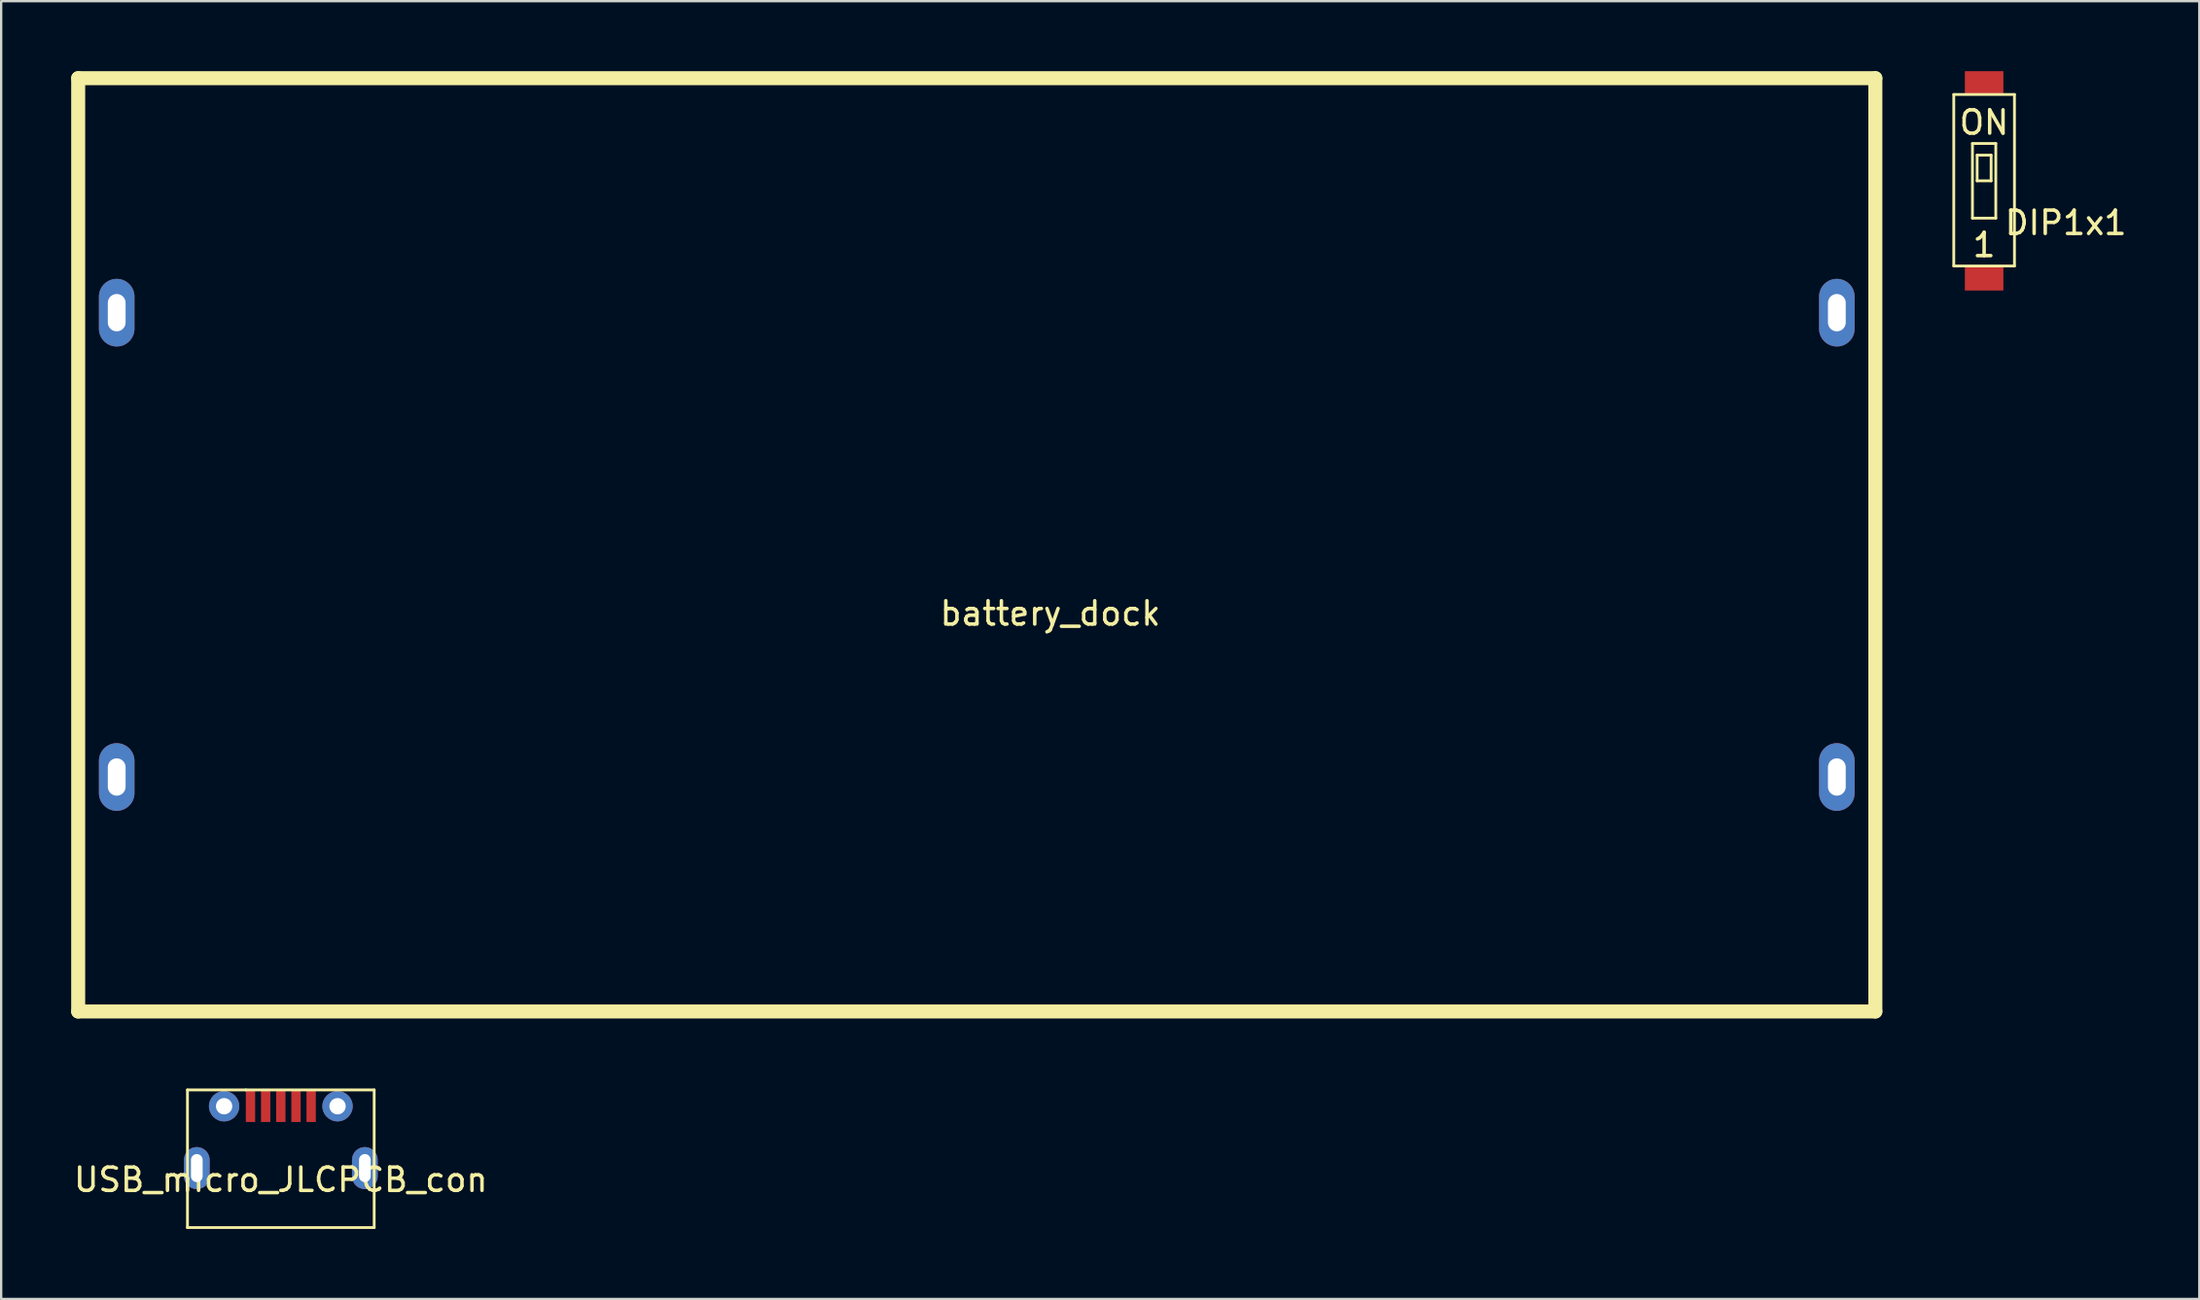
<source format=kicad_pcb>
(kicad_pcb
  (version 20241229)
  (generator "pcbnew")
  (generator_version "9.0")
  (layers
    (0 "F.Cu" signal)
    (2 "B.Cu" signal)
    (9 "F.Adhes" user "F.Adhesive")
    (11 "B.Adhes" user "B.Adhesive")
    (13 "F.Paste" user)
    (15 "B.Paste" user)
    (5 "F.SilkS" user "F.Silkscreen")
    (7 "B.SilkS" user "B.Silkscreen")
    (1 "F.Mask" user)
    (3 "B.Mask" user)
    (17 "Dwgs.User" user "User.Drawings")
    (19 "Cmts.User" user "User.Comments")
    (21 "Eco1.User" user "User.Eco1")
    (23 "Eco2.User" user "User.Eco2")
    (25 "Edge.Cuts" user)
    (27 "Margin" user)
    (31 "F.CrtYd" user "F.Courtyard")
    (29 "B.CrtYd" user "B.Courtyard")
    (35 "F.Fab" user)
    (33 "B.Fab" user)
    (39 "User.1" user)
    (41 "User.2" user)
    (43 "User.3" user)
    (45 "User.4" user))
  (footprint "battery_dock"
    (layer "F.Cu")
    (at 38.8 20.3)
    (property "Reference" "battery_dock" (at 3.15 2.94 0) (layer "F.SilkS") (effects (font (size 1 1) (thickness 0.15))))
    (attr through_hole)
    (fp_line (start -38.5 -20) (end -38.5 20) (stroke (width 0.6) (type solid)) (layer "F.SilkS"))
    (fp_line (start -38.5 -20) (end 38.5 -20) (stroke (width 0.6) (type solid)) (layer "F.SilkS"))
    (fp_line (start 38.5 -20) (end 38.5 20) (stroke (width 0.6) (type solid)) (layer "F.SilkS"))
    (fp_line (start 38.5 20) (end -38.5 20) (stroke (width 0.6) (type solid)) (layer "F.SilkS"))
    (pad "1" thru_hole oval (at 36.85 -9.95) (size 1.524 2.9) (drill oval 0.762 1.6) (layers "*.Cu" "*.Mask"))
    (pad "2" thru_hole oval (at -36.85 -9.95) (size 1.524 2.9) (drill oval 0.762 1.6) (layers "*.Cu" "*.Mask"))
    (pad "3" thru_hole oval (at -36.85 9.95) (size 1.524 2.9) (drill oval 0.762 1.6) (layers "*.Cu" "*.Mask"))
    (pad "4" thru_hole oval (at 36.85 9.95) (size 1.524 2.9) (drill oval 0.762 1.6) (layers "*.Cu" "*.Mask")))
  (footprint "DIP1x1"
    (layer "F.Cu")
    (at 81.96 4.7)
    (property "Reference" "DIP1x1" (at 3.5 1.8 0) (layer "F.SilkS") (effects (font (size 1 1) (thickness 0.15))))
    (attr smd)
    (fp_line (start -1.3 -3.7) (end -1.3 3.65) (stroke (width 0.12) (type solid)) (layer "F.SilkS"))
    (fp_line (start -1.3 -3.7) (end 1.3 -3.7) (stroke (width 0.12) (type solid)) (layer "F.SilkS"))
    (fp_line (start -0.5 -1.6) (end -0.5 1.6) (stroke (width 0.12) (type solid)) (layer "F.SilkS"))
    (fp_line (start -0.5 1.6) (end 0.5 1.6) (stroke (width 0.12) (type solid)) (layer "F.SilkS"))
    (fp_line (start -0.3 -1.1) (end 0.3 -1.1) (stroke (width 0.12) (type solid)) (layer "F.SilkS"))
    (fp_line (start -0.3 0) (end -0.3 -1.1) (stroke (width 0.12) (type solid)) (layer "F.SilkS"))
    (fp_line (start 0.3 -1.1) (end 0.3 0) (stroke (width 0.12) (type solid)) (layer "F.SilkS"))
    (fp_line (start 0.3 0) (end -0.3 0) (stroke (width 0.12) (type solid)) (layer "F.SilkS"))
    (fp_line (start 0.5 -1.6) (end -0.5 -1.6) (stroke (width 0.12) (type solid)) (layer "F.SilkS"))
    (fp_line (start 0.5 1.6) (end 0.5 -1.6) (stroke (width 0.12) (type solid)) (layer "F.SilkS"))
    (fp_line (start 1.3 -3.7) (end 1.3 3.65) (stroke (width 0.12) (type solid)) (layer "F.SilkS"))
    (fp_line (start 1.3 3.65) (end -1.3 3.65) (stroke (width 0.12) (type solid)) (layer "F.SilkS"))
    (fp_text user "ON" (at 0 -2.5 0) (layer "F.SilkS") (effects (font (size 1 1) (thickness 0.15))))
    (fp_text user "1" (at 0 2.75 0) (layer "F.SilkS") (effects (font (size 1 1) (thickness 0.15))))
    (pad "1" smd rect (at 0 4.2) (size 1.65 1) (layers "F.Cu" "F.Mask" "F.Paste"))
    (pad "2" smd rect (at 0 -4.2) (size 1.65 1) (layers "F.Cu" "F.Mask" "F.Paste")))
  (footprint "USB_micro_JLCPCB_con"
    (layer "F.Cu")
    (at 8.982 47.01)
    (property "Reference" "USB_micro_JLCPCB_con" (at 0 0.5 0) (layer "F.SilkS") (effects (font (size 1 1) (thickness 0.15))))
    (attr through_hole)
    (fp_line (start -4 -3.35) (end -1.5 -3.35) (stroke (width 0.12) (type solid)) (layer "F.SilkS"))
    (fp_line (start -4 2.55) (end -4 -3.35) (stroke (width 0.12) (type solid)) (layer "F.SilkS"))
    (fp_line (start -1.5 -3.35) (end 4 -3.35) (stroke (width 0.12) (type solid)) (layer "F.SilkS"))
    (fp_line (start 4 -3.35) (end 4 2.55) (stroke (width 0.12) (type solid)) (layer "F.SilkS"))
    (fp_line (start 4 2.55) (end -4 2.55) (stroke (width 0.12) (type solid)) (layer "F.SilkS"))
    (pad "1" smd rect (at -1.3 -2.65) (size 0.4 1.35) (layers "F.Cu" "F.Mask" "F.Paste"))
    (pad "2" smd rect (at -0.65 -2.65) (size 0.4 1.35) (layers "F.Cu" "F.Mask" "F.Paste"))
    (pad "3" smd rect (at 0 -2.65) (size 0.4 1.35) (layers "F.Cu" "F.Mask" "F.Paste"))
    (pad "4" smd rect (at 0.65 -2.65) (size 0.4 1.35) (layers "F.Cu" "F.Mask" "F.Paste"))
    (pad "5" smd rect (at 1.3 -2.65) (size 0.4 1.35) (layers "F.Cu" "F.Mask" "F.Paste"))
    (pad "6" thru_hole oval (at -3.6 0) (size 1.1 1.8) (drill oval 0.5 1.2) (layers "*.Cu" "*.Mask"))
    (pad "6" thru_hole circle (at -2.43 -2.65) (size 1.3 1.3) (drill 0.7) (layers "*.Cu" "*.Mask"))
    (pad "6" thru_hole circle (at 2.43 -2.65) (size 1.3 1.3) (drill 0.7) (layers "*.Cu" "*.Mask"))
    (pad "6" thru_hole oval (at 3.6 0) (size 1.1 1.8) (drill oval 0.5 1.2) (layers "*.Cu" "*.Mask")))
  (gr_rect
    (start -3 -3)
    (end 91.18 52.62)
    (stroke (width 0.1) (type default))
    (fill no)
    (layer "Edge.Cuts")))
</source>
